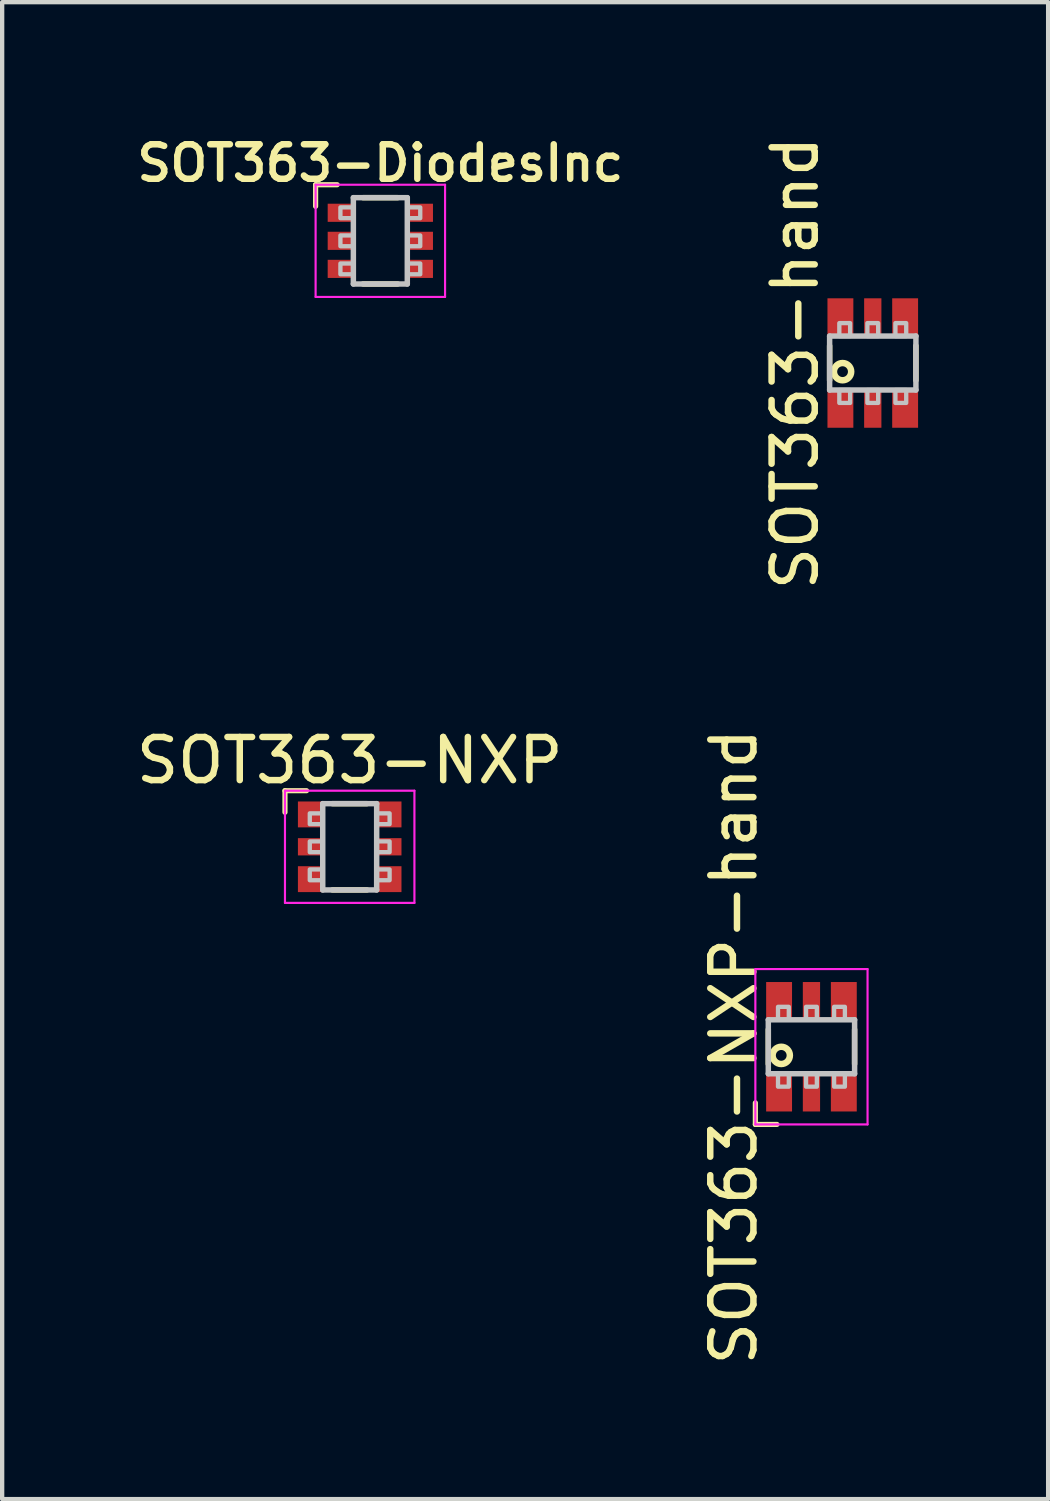
<source format=kicad_pcb>
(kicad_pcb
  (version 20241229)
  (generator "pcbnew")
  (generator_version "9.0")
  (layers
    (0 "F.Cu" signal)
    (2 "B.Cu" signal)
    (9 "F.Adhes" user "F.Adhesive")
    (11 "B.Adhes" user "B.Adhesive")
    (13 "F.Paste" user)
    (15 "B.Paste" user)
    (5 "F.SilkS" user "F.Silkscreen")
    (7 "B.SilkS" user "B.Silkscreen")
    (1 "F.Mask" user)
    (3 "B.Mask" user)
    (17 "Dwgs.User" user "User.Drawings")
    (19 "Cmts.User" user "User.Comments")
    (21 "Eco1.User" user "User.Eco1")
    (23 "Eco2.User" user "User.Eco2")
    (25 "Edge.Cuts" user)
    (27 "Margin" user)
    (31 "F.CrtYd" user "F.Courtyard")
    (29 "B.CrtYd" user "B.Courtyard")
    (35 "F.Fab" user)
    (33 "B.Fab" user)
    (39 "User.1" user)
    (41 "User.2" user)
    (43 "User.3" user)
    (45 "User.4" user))
  (footprint "SOT363-NXP"
    (layer "F.Cu")
    (at 5.054 16.574)
    (property "Reference" "SOT363-NXP" (at 0 -2 180) (layer "F.SilkS") (effects (font (size 1 1) (thickness 0.15))))
    (attr smd)
    (fp_line (start -1.5 -1.3) (end -1.5 -0.8) (stroke (width 0.12) (type solid)) (layer "F.SilkS"))
    (fp_line (start -1.5 -1.3) (end -1 -1.3) (stroke (width 0.12) (type solid)) (layer "F.SilkS"))
    (fp_line (start -0.4 -1) (end 0.4 -1) (stroke (width 0.127) (type solid)) (layer "F.SilkS"))
    (fp_line (start -0.4 1) (end 0.4 1) (stroke (width 0.127) (type solid)) (layer "F.SilkS"))
    (fp_line (start -0.625 1) (end -0.625 -1) (stroke (width 0.127) (type solid)) (layer "Dwgs.User"))
    (fp_line (start -0.625 1) (end 0.625 1) (stroke (width 0.127) (type solid)) (layer "Dwgs.User"))
    (fp_line (start 0.625 -1) (end -0.625 -1) (stroke (width 0.127) (type solid)) (layer "Dwgs.User"))
    (fp_line (start 0.625 -1) (end 0.625 1) (stroke (width 0.127) (type solid)) (layer "Dwgs.User"))
    (fp_poly (pts (xy -0.925 -0.775) (xy -0.925 -0.525) (xy -0.625 -0.525) (xy -0.625 -0.775)) (stroke (width 0.1) (type solid)) (fill no) (layer "Dwgs.User"))
    (fp_poly (pts (xy -0.925 -0.125) (xy -0.925 0.125) (xy -0.625 0.125) (xy -0.625 -0.125)) (stroke (width 0.1) (type solid)) (fill no) (layer "Dwgs.User"))
    (fp_poly (pts (xy -0.925 0.525) (xy -0.925 0.775) (xy -0.625 0.775) (xy -0.625 0.525)) (stroke (width 0.1) (type solid)) (fill no) (layer "Dwgs.User"))
    (fp_poly (pts (xy 0.625 -0.775) (xy 0.625 -0.525) (xy 0.925 -0.525) (xy 0.925 -0.775)) (stroke (width 0.1) (type solid)) (fill no) (layer "Dwgs.User"))
    (fp_poly (pts (xy 0.625 -0.125) (xy 0.625 0.125) (xy 0.925 0.125) (xy 0.925 -0.125)) (stroke (width 0.1) (type solid)) (fill no) (layer "Dwgs.User"))
    (fp_poly (pts (xy 0.625 0.525) (xy 0.625 0.775) (xy 0.925 0.775) (xy 0.925 0.525)) (stroke (width 0.1) (type solid)) (fill no) (layer "Dwgs.User"))
    (fp_line (start -1.5 -1.3) (end 1.5 -1.3) (stroke (width 0.05) (type solid)) (layer "F.CrtYd"))
    (fp_line (start -1.5 1.3) (end -1.5 -1.3) (stroke (width 0.05) (type solid)) (layer "F.CrtYd"))
    (fp_line (start 1.5 -1.3) (end 1.5 1.3) (stroke (width 0.05) (type solid)) (layer "F.CrtYd"))
    (fp_line (start 1.5 1.3) (end -1.5 1.3) (stroke (width 0.05) (type solid)) (layer "F.CrtYd"))
    (pad "1" smd rect (at -0.9 -0.75 270) (size 0.6 0.6) (layers "F.Cu" "F.Mask" "F.Paste"))
    (pad "2" smd rect (at -0.9 0 270) (size 0.4 0.6) (layers "F.Cu" "F.Mask" "F.Paste"))
    (pad "3" smd rect (at -0.9 0.75 270) (size 0.6 0.6) (layers "F.Cu" "F.Mask" "F.Paste"))
    (pad "4" smd rect (at 0.9 0.75 270) (size 0.6 0.6) (layers "F.Cu" "F.Mask" "F.Paste"))
    (pad "5" smd rect (at 0.9 0 270) (size 0.4 0.6) (layers "F.Cu" "F.Mask" "F.Paste"))
    (pad "6" smd rect (at 0.9 -0.75 270) (size 0.6 0.6) (layers "F.Cu" "F.Mask" "F.Paste")))
  (footprint "SOT363-hand"
    (layer "F.Cu")
    (at 17.176 5.363)
    (property "Reference" "SOT363-hand" (at -1.8 0 90) (layer "F.SilkS") (effects (font (size 1 1) (thickness 0.15))))
    (attr through_hole)
    (fp_line (start -1 0.4) (end -1 -0.4) (stroke (width 0.127) (type solid)) (layer "F.SilkS"))
    (fp_line (start 1 0.4) (end 1 -0.4) (stroke (width 0.127) (type solid)) (layer "F.SilkS"))
    (fp_circle (center -0.7 0.2) (end -0.5 0.2) (stroke (width 0.15) (type solid)) (fill no) (layer "F.SilkS"))
    (fp_line (start -1 -0.625) (end -1 0.625) (stroke (width 0.127) (type solid)) (layer "Dwgs.User"))
    (fp_line (start -1 -0.625) (end 1 -0.625) (stroke (width 0.127) (type solid)) (layer "Dwgs.User"))
    (fp_line (start 1 0.625) (end -1 0.625) (stroke (width 0.127) (type solid)) (layer "Dwgs.User"))
    (fp_line (start 1 0.625) (end 1 -0.625) (stroke (width 0.127) (type solid)) (layer "Dwgs.User"))
    (fp_poly (pts (xy -0.775 -0.625) (xy -0.525 -0.625) (xy -0.525 -0.925) (xy -0.775 -0.925)) (stroke (width 0.1) (type solid)) (fill no) (layer "Dwgs.User"))
    (fp_poly (pts (xy -0.775 0.925) (xy -0.525 0.925) (xy -0.525 0.625) (xy -0.775 0.625)) (stroke (width 0.1) (type solid)) (fill no) (layer "Dwgs.User"))
    (fp_poly (pts (xy -0.125 -0.625) (xy 0.125 -0.625) (xy 0.125 -0.925) (xy -0.125 -0.925)) (stroke (width 0.1) (type solid)) (fill no) (layer "Dwgs.User"))
    (fp_poly (pts (xy -0.125 0.925) (xy 0.125 0.925) (xy 0.125 0.625) (xy -0.125 0.625)) (stroke (width 0.1) (type solid)) (fill no) (layer "Dwgs.User"))
    (fp_poly (pts (xy 0.525 -0.625) (xy 0.775 -0.625) (xy 0.775 -0.925) (xy 0.525 -0.925)) (stroke (width 0.1) (type solid)) (fill no) (layer "Dwgs.User"))
    (fp_poly (pts (xy 0.525 0.925) (xy 0.775 0.925) (xy 0.775 0.625) (xy 0.525 0.625)) (stroke (width 0.1) (type solid)) (fill no) (layer "Dwgs.User"))
    (pad "1" smd rect (at -0.75 1.05) (size 0.6 0.9) (layers "F.Cu" "F.Mask" "F.Paste"))
    (pad "2" smd rect (at 0 1.05) (size 0.4 0.9) (layers "F.Cu" "F.Mask" "F.Paste"))
    (pad "3" smd rect (at 0.75 1.05) (size 0.6 0.9) (layers "F.Cu" "F.Mask" "F.Paste"))
    (pad "4" smd rect (at 0.75 -1.05) (size 0.6 0.9) (layers "F.Cu" "F.Mask" "F.Paste"))
    (pad "5" smd rect (at 0 -1.05) (size 0.4 0.9) (layers "F.Cu" "F.Mask" "F.Paste"))
    (pad "6" smd rect (at -0.75 -1.05) (size 0.6 0.9) (layers "F.Cu" "F.Mask" "F.Paste")))
  (footprint "SOT363-DiodesInc"
    (layer "F.Cu")
    (at 5.764 2.531)
    (property "Reference" "SOT363-DiodesInc" (at 0 -1.8 0) (layer "F.SilkS") (effects (font (size 0.8 0.8) (thickness 0.15))))
    (attr smd)
    (fp_line (start -1.5 -1.3) (end -1.5 -0.8) (stroke (width 0.12) (type solid)) (layer "F.SilkS"))
    (fp_line (start -1.5 -1.3) (end -1 -1.3) (stroke (width 0.12) (type solid)) (layer "F.SilkS"))
    (fp_line (start -0.4 -1) (end 0.4 -1) (stroke (width 0.127) (type solid)) (layer "F.SilkS"))
    (fp_line (start -0.4 1) (end 0.4 1) (stroke (width 0.127) (type solid)) (layer "F.SilkS"))
    (fp_line (start -0.625 1) (end -0.625 -1) (stroke (width 0.127) (type solid)) (layer "Dwgs.User"))
    (fp_line (start -0.625 1) (end 0.625 1) (stroke (width 0.127) (type solid)) (layer "Dwgs.User"))
    (fp_line (start 0.625 -1) (end -0.625 -1) (stroke (width 0.127) (type solid)) (layer "Dwgs.User"))
    (fp_line (start 0.625 -1) (end 0.625 1) (stroke (width 0.127) (type solid)) (layer "Dwgs.User"))
    (fp_poly (pts (xy -0.925 -0.775) (xy -0.925 -0.525) (xy -0.625 -0.525) (xy -0.625 -0.775)) (stroke (width 0.1) (type solid)) (fill no) (layer "Dwgs.User"))
    (fp_poly (pts (xy -0.925 -0.125) (xy -0.925 0.125) (xy -0.625 0.125) (xy -0.625 -0.125)) (stroke (width 0.1) (type solid)) (fill no) (layer "Dwgs.User"))
    (fp_poly (pts (xy -0.925 0.525) (xy -0.925 0.775) (xy -0.625 0.775) (xy -0.625 0.525)) (stroke (width 0.1) (type solid)) (fill no) (layer "Dwgs.User"))
    (fp_poly (pts (xy 0.625 -0.775) (xy 0.625 -0.525) (xy 0.925 -0.525) (xy 0.925 -0.775)) (stroke (width 0.1) (type solid)) (fill no) (layer "Dwgs.User"))
    (fp_poly (pts (xy 0.625 -0.125) (xy 0.625 0.125) (xy 0.925 0.125) (xy 0.925 -0.125)) (stroke (width 0.1) (type solid)) (fill no) (layer "Dwgs.User"))
    (fp_poly (pts (xy 0.625 0.525) (xy 0.625 0.775) (xy 0.925 0.775) (xy 0.925 0.525)) (stroke (width 0.1) (type solid)) (fill no) (layer "Dwgs.User"))
    (fp_line (start -1.5 -1.3) (end 1.5 -1.3) (stroke (width 0.05) (type solid)) (layer "F.CrtYd"))
    (fp_line (start -1.5 1.3) (end -1.5 -1.3) (stroke (width 0.05) (type solid)) (layer "F.CrtYd"))
    (fp_line (start 1.5 -1.3) (end 1.5 1.3) (stroke (width 0.05) (type solid)) (layer "F.CrtYd"))
    (fp_line (start 1.5 1.3) (end -1.5 1.3) (stroke (width 0.05) (type solid)) (layer "F.CrtYd"))
    (pad "1" smd rect (at -0.92 -0.65 270) (size 0.42 0.6) (layers "F.Cu" "F.Mask" "F.Paste"))
    (pad "2" smd rect (at -0.92 0 270) (size 0.42 0.6) (layers "F.Cu" "F.Mask" "F.Paste"))
    (pad "3" smd rect (at -0.92 0.65 270) (size 0.42 0.6) (layers "F.Cu" "F.Mask" "F.Paste"))
    (pad "4" smd rect (at 0.92 0.65 270) (size 0.42 0.6) (layers "F.Cu" "F.Mask" "F.Paste"))
    (pad "5" smd rect (at 0.92 0 270) (size 0.42 0.6) (layers "F.Cu" "F.Mask" "F.Paste"))
    (pad "6" smd rect (at 0.92 -0.65 270) (size 0.42 0.6) (layers "F.Cu" "F.Mask" "F.Paste")))
  (footprint "SOT363-NXP-hand"
    (layer "F.Cu")
    (at 15.755 21.208)
    (property "Reference" "SOT363-NXP-hand" (at -1.8 0 90) (layer "F.SilkS") (effects (font (size 1 1) (thickness 0.15))))
    (attr smd)
    (fp_line (start -1.3 1.8) (end -1.3 1.3) (stroke (width 0.12) (type solid)) (layer "F.SilkS"))
    (fp_line (start -1.3 1.8) (end -0.8 1.8) (stroke (width 0.12) (type solid)) (layer "F.SilkS"))
    (fp_line (start -1 0.4) (end -1 -0.4) (stroke (width 0.127) (type solid)) (layer "F.SilkS"))
    (fp_line (start 1 0.4) (end 1 -0.4) (stroke (width 0.127) (type solid)) (layer "F.SilkS"))
    (fp_circle (center -0.7 0.2) (end -0.5 0.2) (stroke (width 0.15) (type solid)) (fill no) (layer "F.SilkS"))
    (fp_line (start -1 -0.625) (end -1 0.625) (stroke (width 0.127) (type solid)) (layer "Dwgs.User"))
    (fp_line (start -1 -0.625) (end 1 -0.625) (stroke (width 0.127) (type solid)) (layer "Dwgs.User"))
    (fp_line (start 1 0.625) (end -1 0.625) (stroke (width 0.127) (type solid)) (layer "Dwgs.User"))
    (fp_line (start 1 0.625) (end 1 -0.625) (stroke (width 0.127) (type solid)) (layer "Dwgs.User"))
    (fp_poly (pts (xy -0.775 -0.625) (xy -0.525 -0.625) (xy -0.525 -0.925) (xy -0.775 -0.925)) (stroke (width 0.1) (type solid)) (fill no) (layer "Dwgs.User"))
    (fp_poly (pts (xy -0.775 0.925) (xy -0.525 0.925) (xy -0.525 0.625) (xy -0.775 0.625)) (stroke (width 0.1) (type solid)) (fill no) (layer "Dwgs.User"))
    (fp_poly (pts (xy -0.125 -0.625) (xy 0.125 -0.625) (xy 0.125 -0.925) (xy -0.125 -0.925)) (stroke (width 0.1) (type solid)) (fill no) (layer "Dwgs.User"))
    (fp_poly (pts (xy -0.125 0.925) (xy 0.125 0.925) (xy 0.125 0.625) (xy -0.125 0.625)) (stroke (width 0.1) (type solid)) (fill no) (layer "Dwgs.User"))
    (fp_poly (pts (xy 0.525 -0.625) (xy 0.775 -0.625) (xy 0.775 -0.925) (xy 0.525 -0.925)) (stroke (width 0.1) (type solid)) (fill no) (layer "Dwgs.User"))
    (fp_poly (pts (xy 0.525 0.925) (xy 0.775 0.925) (xy 0.775 0.625) (xy 0.525 0.625)) (stroke (width 0.1) (type solid)) (fill no) (layer "Dwgs.User"))
    (fp_line (start -1.3 -1.8) (end -1.3 1.8) (stroke (width 0.05) (type solid)) (layer "F.CrtYd"))
    (fp_line (start -1.3 1.8) (end 1.3 1.8) (stroke (width 0.05) (type solid)) (layer "F.CrtYd"))
    (fp_line (start 1.3 -1.8) (end -1.3 -1.8) (stroke (width 0.05) (type solid)) (layer "F.CrtYd"))
    (fp_line (start 1.3 1.8) (end 1.3 -1.8) (stroke (width 0.05) (type solid)) (layer "F.CrtYd"))
    (pad "1" smd rect (at -0.75 1.05) (size 0.6 0.9) (layers "F.Cu" "F.Mask" "F.Paste"))
    (pad "2" smd rect (at 0 1.05) (size 0.4 0.9) (layers "F.Cu" "F.Mask" "F.Paste"))
    (pad "3" smd rect (at 0.75 1.05) (size 0.6 0.9) (layers "F.Cu" "F.Mask" "F.Paste"))
    (pad "4" smd rect (at 0.75 -1.05) (size 0.6 0.9) (layers "F.Cu" "F.Mask" "F.Paste"))
    (pad "5" smd rect (at 0 -1.05) (size 0.4 0.9) (layers "F.Cu" "F.Mask" "F.Paste"))
    (pad "6" smd rect (at -0.75 -1.05) (size 0.6 0.9) (layers "F.Cu" "F.Mask" "F.Paste")))
  (gr_rect
    (start -3 -3)
    (end 21.24 31.69)
    (stroke (width 0.1) (type default))
    (fill no)
    (layer "Edge.Cuts")))
</source>
